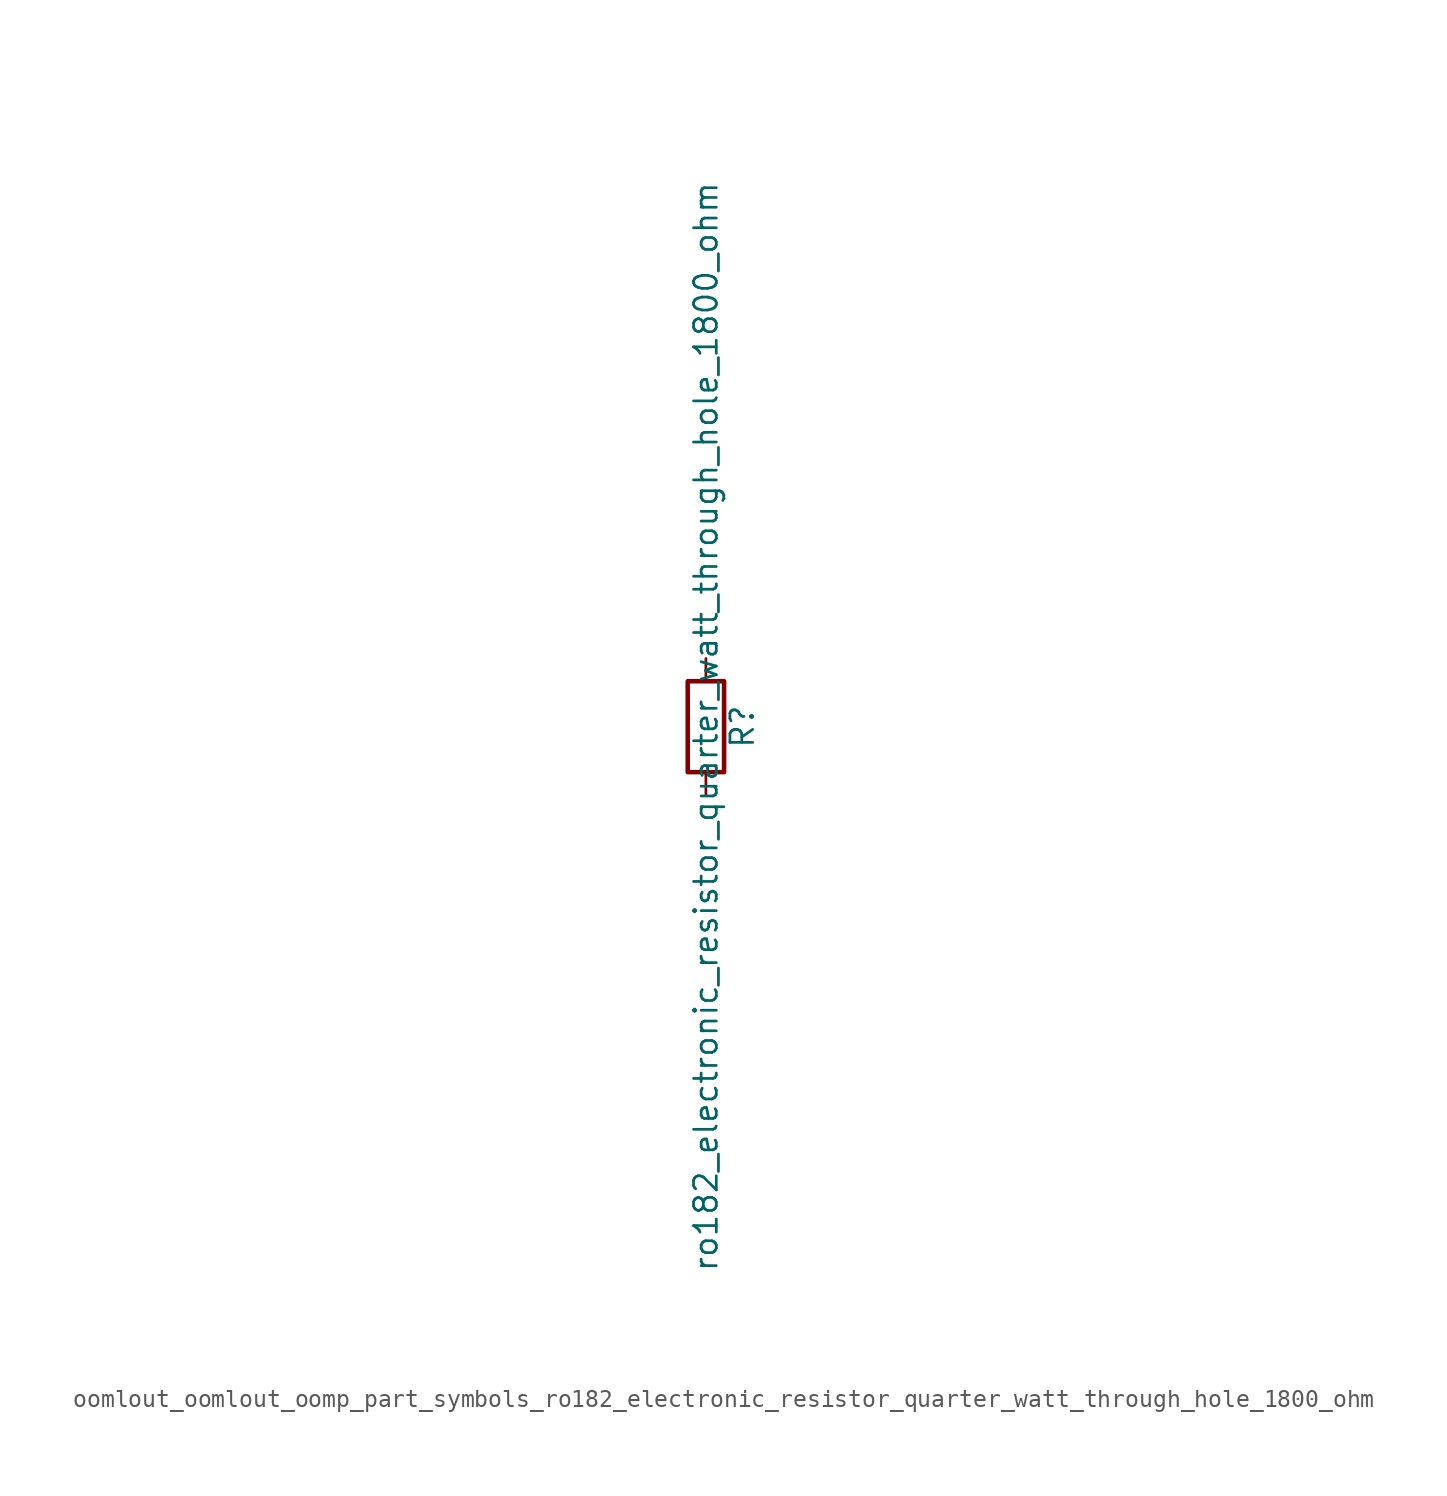
<source format=kicad_sym>
(kicad_symbol_lib
  (version 20220914)
  (generator kicad_symbol_editor)
  (symbol "oomlout_oomlout_oomp_part_symbols_ro182_electronic_resistor_quarter_watt_through_hole_1800_ohm"
    (pin_numbers hide)
    (pin_names
      (offset 0))
    (property "Reference" "R"
      (at 2.032 0 90)
      (effects (font (size 1.27 1.27))))
    (property "Value" "ro182_electronic_resistor_quarter_watt_through_hole_1800_ohm"
      (at 0 0 90)
      (effects (font (size 1.27 1.27))))
    (symbol "oomlout_oomlout_oomp_part_symbols_ro182_electronic_resistor_quarter_watt_through_hole_1800_ohm_0_1"
      (rectangle (start -1.016 -2.54) (end 1.016 2.54) (stroke (width 0.254) (type default)) (fill (type none))))
    (symbol "oomlout_oomlout_oomp_part_symbols_ro182_electronic_resistor_quarter_watt_through_hole_1800_ohm_1_1"
      (pin passive line (at 0 3.81 270) (length 1.27) (name "~" (effects (font (size 1.27 1.27)))) (number "1" (effects (font (size 1.27 1.27)))))
      (pin passive line (at 0 -3.81 90) (length 1.27) (name "~" (effects (font (size 1.27 1.27)))) (number "2" (effects (font (size 1.27 1.27))))))))
</source>
